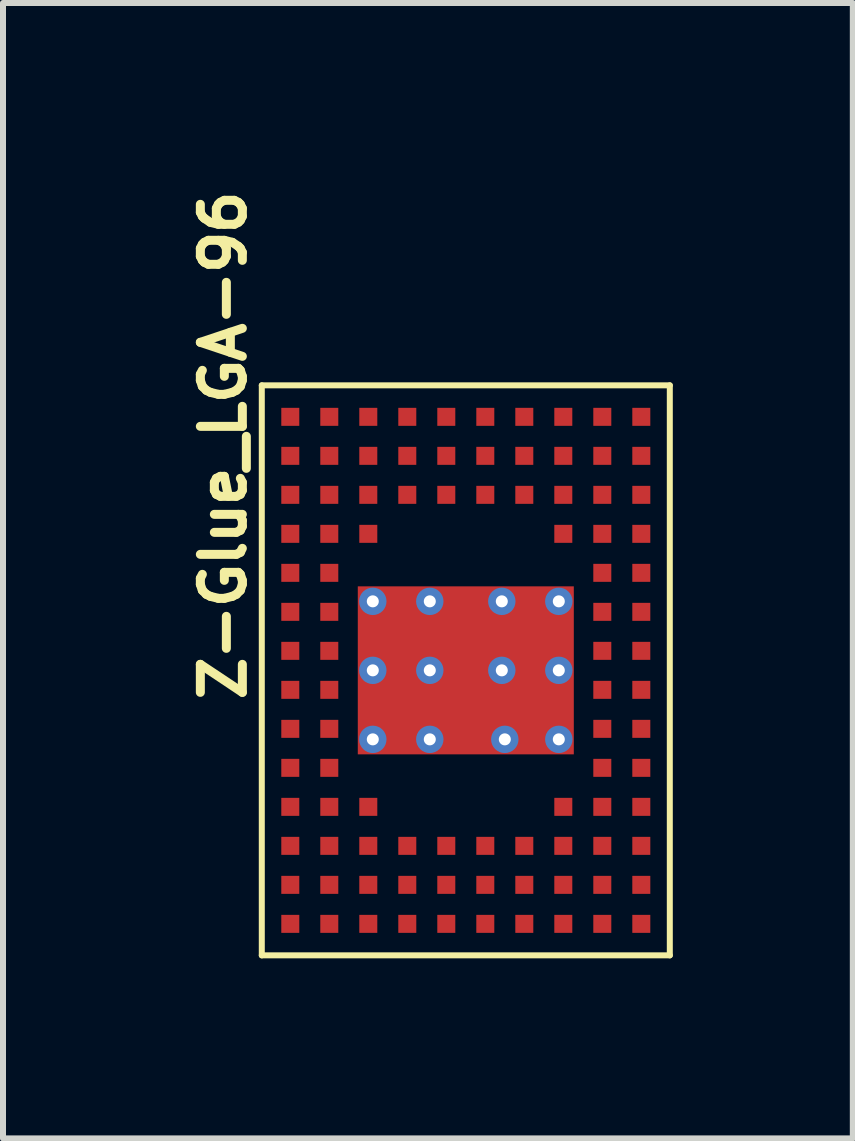
<source format=kicad_pcb>
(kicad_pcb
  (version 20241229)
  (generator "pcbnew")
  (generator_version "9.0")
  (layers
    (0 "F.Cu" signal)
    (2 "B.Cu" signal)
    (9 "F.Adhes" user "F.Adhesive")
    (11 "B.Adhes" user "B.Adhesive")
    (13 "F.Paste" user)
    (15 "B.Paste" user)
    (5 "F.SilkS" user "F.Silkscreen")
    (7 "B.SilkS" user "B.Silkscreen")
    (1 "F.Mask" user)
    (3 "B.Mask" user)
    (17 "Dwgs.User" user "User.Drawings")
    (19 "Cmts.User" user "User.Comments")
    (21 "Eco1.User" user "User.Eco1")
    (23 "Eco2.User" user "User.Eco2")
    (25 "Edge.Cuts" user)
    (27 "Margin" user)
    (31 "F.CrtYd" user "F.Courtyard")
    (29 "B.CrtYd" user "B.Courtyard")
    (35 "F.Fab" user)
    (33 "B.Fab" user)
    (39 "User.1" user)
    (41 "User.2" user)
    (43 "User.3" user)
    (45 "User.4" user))
  (footprint "Z-Glue_LGA-96"
    (layer "F.Cu")
    (at 4.713 8.122)
    (property "Reference" "Z-Glue_LGA-96" (at -4.04 -3.75 90) (layer "F.SilkS") (effects (font (size 0.7 0.7) (thickness 0.15))))
    (attr through_hole)
    (fp_line (start -3.4 -4.75) (end -3.4 4.75) (stroke (width 0.1) (type solid)) (layer "F.SilkS"))
    (fp_line (start -3.4 -4.75) (end 3.4 -4.75) (stroke (width 0.1) (type solid)) (layer "F.SilkS"))
    (fp_line (start -3.4 4.75) (end 3.4 4.75) (stroke (width 0.1) (type solid)) (layer "F.SilkS"))
    (fp_line (start 3.4 -4.75) (end 3.4 4.75) (stroke (width 0.1) (type solid)) (layer "F.SilkS"))
    (pad "" smd roundrect (at -1.2 -0.65) (size 1 1.2) (layers "F.Paste") (roundrect_rratio 0.25))
    (pad "" smd roundrect (at -1.2 0.65) (size 1 1.2) (layers "F.Paste") (roundrect_rratio 0.25))
    (pad "" smd roundrect (at 0 -0.65) (size 1 1.2) (layers "F.Paste") (roundrect_rratio 0.25))
    (pad "" smd roundrect (at 0 0.65) (size 1 1.2) (layers "F.Paste") (roundrect_rratio 0.25))
    (pad "" smd roundrect (at 1.2 -0.65) (size 1 1.2) (layers "F.Paste") (roundrect_rratio 0.25))
    (pad "" smd roundrect (at 1.2 0.65) (size 1 1.2) (layers "F.Paste") (roundrect_rratio 0.25))
    (pad "A1" smd rect (at 2.925 4.225) (size 0.3 0.3) (layers "F.Cu" "F.Mask" "F.Paste"))
    (pad "A2" smd rect (at 2.275 4.225) (size 0.3 0.3) (layers "F.Cu" "F.Mask" "F.Paste"))
    (pad "A3" smd rect (at 1.625 4.225) (size 0.3 0.3) (layers "F.Cu" "F.Mask" "F.Paste"))
    (pad "A4" smd rect (at 0.975 4.225) (size 0.3 0.3) (layers "F.Cu" "F.Mask" "F.Paste"))
    (pad "A5" smd rect (at 0.325 4.225) (size 0.3 0.3) (layers "F.Cu" "F.Mask" "F.Paste"))
    (pad "A6" smd rect (at -0.325 4.225) (size 0.3 0.3) (layers "F.Cu" "F.Mask" "F.Paste"))
    (pad "A7" smd rect (at -0.975 4.225) (size 0.3 0.3) (layers "F.Cu" "F.Mask" "F.Paste"))
    (pad "A8" smd rect (at -1.625 4.225) (size 0.3 0.3) (layers "F.Cu" "F.Mask" "F.Paste"))
    (pad "A9" smd rect (at -2.275 4.225) (size 0.3 0.3) (layers "F.Cu" "F.Mask" "F.Paste"))
    (pad "A10" smd rect (at -2.925 4.225) (size 0.3 0.3) (layers "F.Cu" "F.Mask" "F.Paste"))
    (pad "B1" smd rect (at 2.925 3.575) (size 0.3 0.3) (layers "F.Cu" "F.Mask" "F.Paste"))
    (pad "B2" smd rect (at 2.275 3.575) (size 0.3 0.3) (layers "F.Cu" "F.Mask" "F.Paste"))
    (pad "B3" smd rect (at 1.625 3.575) (size 0.3 0.3) (layers "F.Cu" "F.Mask" "F.Paste"))
    (pad "B4" smd rect (at 0.975 3.575) (size 0.3 0.3) (layers "F.Cu" "F.Mask" "F.Paste"))
    (pad "B5" smd rect (at 0.325 3.575) (size 0.3 0.3) (layers "F.Cu" "F.Mask" "F.Paste"))
    (pad "B6" smd rect (at -0.325 3.575) (size 0.3 0.3) (layers "F.Cu" "F.Mask" "F.Paste"))
    (pad "B7" smd rect (at -0.975 3.575) (size 0.3 0.3) (layers "F.Cu" "F.Mask" "F.Paste"))
    (pad "B8" smd rect (at -1.625 3.575) (size 0.3 0.3) (layers "F.Cu" "F.Mask" "F.Paste"))
    (pad "B9" smd rect (at -2.275 3.575) (size 0.3 0.3) (layers "F.Cu" "F.Mask" "F.Paste"))
    (pad "B10" smd rect (at -2.925 3.575) (size 0.3 0.3) (layers "F.Cu" "F.Mask" "F.Paste"))
    (pad "C1" smd rect (at 2.925 2.925) (size 0.3 0.3) (layers "F.Cu" "F.Mask" "F.Paste"))
    (pad "C2" smd rect (at 2.275 2.925) (size 0.3 0.3) (layers "F.Cu" "F.Mask" "F.Paste"))
    (pad "C3" smd rect (at 1.625 2.925) (size 0.3 0.3) (layers "F.Cu" "F.Mask" "F.Paste"))
    (pad "C4" smd rect (at 0.975 2.925) (size 0.3 0.3) (layers "F.Cu" "F.Mask" "F.Paste"))
    (pad "C5" smd rect (at 0.325 2.925) (size 0.3 0.3) (layers "F.Cu" "F.Mask" "F.Paste"))
    (pad "C6" smd rect (at -0.325 2.925) (size 0.3 0.3) (layers "F.Cu" "F.Mask" "F.Paste"))
    (pad "C7" smd rect (at -0.975 2.925) (size 0.3 0.3) (layers "F.Cu" "F.Mask" "F.Paste"))
    (pad "C8" smd rect (at -1.625 2.925) (size 0.3 0.3) (layers "F.Cu" "F.Mask" "F.Paste"))
    (pad "C9" smd rect (at -2.275 2.925) (size 0.3 0.3) (layers "F.Cu" "F.Mask" "F.Paste"))
    (pad "C10" smd rect (at -2.925 2.925) (size 0.3 0.3) (layers "F.Cu" "F.Mask" "F.Paste"))
    (pad "D1" smd rect (at 2.925 2.275) (size 0.3 0.3) (layers "F.Cu" "F.Mask" "F.Paste"))
    (pad "D2" smd rect (at 2.275 2.275) (size 0.3 0.3) (layers "F.Cu" "F.Mask" "F.Paste"))
    (pad "D3" smd rect (at 1.625 2.275) (size 0.3 0.3) (layers "F.Cu" "F.Mask" "F.Paste"))
    (pad "D8" smd rect (at -1.625 2.275) (size 0.3 0.3) (layers "F.Cu" "F.Mask" "F.Paste"))
    (pad "D9" smd rect (at -2.275 2.275) (size 0.3 0.3) (layers "F.Cu" "F.Mask" "F.Paste"))
    (pad "D10" smd rect (at -2.925 2.275) (size 0.3 0.3) (layers "F.Cu" "F.Mask" "F.Paste"))
    (pad "E1" smd rect (at 2.925 1.625) (size 0.3 0.3) (layers "F.Cu" "F.Mask" "F.Paste"))
    (pad "E2" smd rect (at 2.275 1.625) (size 0.3 0.3) (layers "F.Cu" "F.Mask" "F.Paste"))
    (pad "E9" smd rect (at -2.275 1.625) (size 0.3 0.3) (layers "F.Cu" "F.Mask" "F.Paste"))
    (pad "E10" smd rect (at -2.925 1.625) (size 0.3 0.3) (layers "F.Cu" "F.Mask" "F.Paste"))
    (pad "EP" thru_hole circle (at -1.55 -1.15) (size 0.457 0.457) (drill 0.2) (layers "*.Cu" "*.Mask"))
    (pad "EP" thru_hole circle (at -1.55 0) (size 0.457 0.457) (drill 0.2) (layers "*.Cu" "*.Mask"))
    (pad "EP" thru_hole circle (at -1.55 1.15) (size 0.457 0.457) (drill 0.2) (layers "*.Cu" "*.Mask"))
    (pad "EP" thru_hole circle (at -0.6 -1.15) (size 0.457 0.457) (drill 0.2) (layers "*.Cu" "*.Mask"))
    (pad "EP" thru_hole circle (at -0.6 0) (size 0.457 0.457) (drill 0.2) (layers "*.Cu" "*.Mask"))
    (pad "EP" thru_hole circle (at -0.6 1.15) (size 0.457 0.457) (drill 0.2) (layers "*.Cu" "*.Mask"))
    (pad "EP" smd rect (at 0 0) (size 3.6 2.8) (layers "F.Cu" "F.Mask"))
    (pad "EP" thru_hole circle (at 0.6 -1.15) (size 0.457 0.457) (drill 0.2) (layers "*.Cu" "*.Mask"))
    (pad "EP" thru_hole circle (at 0.6 0) (size 0.457 0.457) (drill 0.2) (layers "*.Cu" "*.Mask"))
    (pad "EP" thru_hole circle (at 0.65 1.15) (size 0.457 0.457) (drill 0.2) (layers "*.Cu" "*.Mask"))
    (pad "EP" thru_hole circle (at 1.55 -1.15) (size 0.457 0.457) (drill 0.2) (layers "*.Cu" "*.Mask"))
    (pad "EP" thru_hole circle (at 1.55 0) (size 0.457 0.457) (drill 0.2) (layers "*.Cu" "*.Mask"))
    (pad "EP" thru_hole circle (at 1.55 1.15) (size 0.457 0.457) (drill 0.2) (layers "*.Cu" "*.Mask"))
    (pad "F1" smd rect (at 2.925 0.975) (size 0.3 0.3) (layers "F.Cu" "F.Mask" "F.Paste"))
    (pad "F2" smd rect (at 2.275 0.975) (size 0.3 0.3) (layers "F.Cu" "F.Mask" "F.Paste"))
    (pad "F9" smd rect (at -2.275 0.975) (size 0.3 0.3) (layers "F.Cu" "F.Mask" "F.Paste"))
    (pad "F10" smd rect (at -2.925 0.975) (size 0.3 0.3) (layers "F.Cu" "F.Mask" "F.Paste"))
    (pad "G1" smd rect (at 2.925 0.325) (size 0.3 0.3) (layers "F.Cu" "F.Mask" "F.Paste"))
    (pad "G2" smd rect (at 2.275 0.325) (size 0.3 0.3) (layers "F.Cu" "F.Mask" "F.Paste"))
    (pad "G9" smd rect (at -2.275 0.325) (size 0.3 0.3) (layers "F.Cu" "F.Mask" "F.Paste"))
    (pad "G10" smd rect (at -2.925 0.325) (size 0.3 0.3) (layers "F.Cu" "F.Mask" "F.Paste"))
    (pad "H1" smd rect (at 2.925 -0.325) (size 0.3 0.3) (layers "F.Cu" "F.Mask" "F.Paste"))
    (pad "H2" smd rect (at 2.275 -0.325) (size 0.3 0.3) (layers "F.Cu" "F.Mask" "F.Paste"))
    (pad "H9" smd rect (at -2.275 -0.325) (size 0.3 0.3) (layers "F.Cu" "F.Mask" "F.Paste"))
    (pad "H10" smd rect (at -2.925 -0.325) (size 0.3 0.3) (layers "F.Cu" "F.Mask" "F.Paste"))
    (pad "J1" smd rect (at 2.925 -0.975) (size 0.3 0.3) (layers "F.Cu" "F.Mask" "F.Paste"))
    (pad "J2" smd rect (at 2.275 -0.975) (size 0.3 0.3) (layers "F.Cu" "F.Mask" "F.Paste"))
    (pad "J9" smd rect (at -2.275 -0.975) (size 0.3 0.3) (layers "F.Cu" "F.Mask" "F.Paste"))
    (pad "J10" smd rect (at -2.925 -0.975) (size 0.3 0.3) (layers "F.Cu" "F.Mask" "F.Paste"))
    (pad "K1" smd rect (at 2.925 -1.625 90) (size 0.3 0.3) (layers "F.Cu" "F.Mask" "F.Paste"))
    (pad "K2" smd rect (at 2.275 -1.625) (size 0.3 0.3) (layers "F.Cu" "F.Mask" "F.Paste"))
    (pad "K9" smd rect (at -2.275 -1.625) (size 0.3 0.3) (layers "F.Cu" "F.Mask" "F.Paste"))
    (pad "K10" smd rect (at -2.925 -1.625) (size 0.3 0.3) (layers "F.Cu" "F.Mask" "F.Paste"))
    (pad "L1" smd rect (at 2.925 -2.275) (size 0.3 0.3) (layers "F.Cu" "F.Mask" "F.Paste"))
    (pad "L2" smd rect (at 2.275 -2.275) (size 0.3 0.3) (layers "F.Cu" "F.Mask" "F.Paste"))
    (pad "L3" smd rect (at 1.625 -2.275) (size 0.3 0.3) (layers "F.Cu" "F.Mask" "F.Paste"))
    (pad "L8" smd rect (at -1.625 -2.275) (size 0.3 0.3) (layers "F.Cu" "F.Mask" "F.Paste"))
    (pad "L9" smd rect (at -2.275 -2.275) (size 0.3 0.3) (layers "F.Cu" "F.Mask" "F.Paste"))
    (pad "L10" smd rect (at -2.925 -2.275) (size 0.3 0.3) (layers "F.Cu" "F.Mask" "F.Paste"))
    (pad "M1" smd rect (at 2.925 -2.925) (size 0.3 0.3) (layers "F.Cu" "F.Mask" "F.Paste"))
    (pad "M2" smd rect (at 2.275 -2.925) (size 0.3 0.3) (layers "F.Cu" "F.Mask" "F.Paste"))
    (pad "M3" smd rect (at 1.625 -2.925) (size 0.3 0.3) (layers "F.Cu" "F.Mask" "F.Paste"))
    (pad "M4" smd rect (at 0.975 -2.925) (size 0.3 0.3) (layers "F.Cu" "F.Mask" "F.Paste"))
    (pad "M5" smd rect (at 0.325 -2.925) (size 0.3 0.3) (layers "F.Cu" "F.Mask" "F.Paste"))
    (pad "M6" smd rect (at -0.325 -2.925) (size 0.3 0.3) (layers "F.Cu" "F.Mask" "F.Paste"))
    (pad "M7" smd rect (at -0.975 -2.925) (size 0.3 0.3) (layers "F.Cu" "F.Mask" "F.Paste"))
    (pad "M8" smd rect (at -1.625 -2.925) (size 0.3 0.3) (layers "F.Cu" "F.Mask" "F.Paste"))
    (pad "M9" smd rect (at -2.275 -2.925) (size 0.3 0.3) (layers "F.Cu" "F.Mask" "F.Paste"))
    (pad "M10" smd rect (at -2.925 -2.925) (size 0.3 0.3) (layers "F.Cu" "F.Mask" "F.Paste"))
    (pad "N1" smd rect (at 2.925 -3.575) (size 0.3 0.3) (layers "F.Cu" "F.Mask" "F.Paste"))
    (pad "N2" smd rect (at 2.275 -3.575) (size 0.3 0.3) (layers "F.Cu" "F.Mask" "F.Paste"))
    (pad "N3" smd rect (at 1.625 -3.575) (size 0.3 0.3) (layers "F.Cu" "F.Mask" "F.Paste"))
    (pad "N4" smd rect (at 0.975 -3.575) (size 0.3 0.3) (layers "F.Cu" "F.Mask" "F.Paste"))
    (pad "N5" smd rect (at 0.325 -3.575) (size 0.3 0.3) (layers "F.Cu" "F.Mask" "F.Paste"))
    (pad "N6" smd rect (at -0.325 -3.575) (size 0.3 0.3) (layers "F.Cu" "F.Mask" "F.Paste"))
    (pad "N7" smd rect (at -0.975 -3.575) (size 0.3 0.3) (layers "F.Cu" "F.Mask" "F.Paste"))
    (pad "N8" smd rect (at -1.625 -3.575) (size 0.3 0.3) (layers "F.Cu" "F.Mask" "F.Paste"))
    (pad "N9" smd rect (at -2.275 -3.575) (size 0.3 0.3) (layers "F.Cu" "F.Mask" "F.Paste"))
    (pad "N10" smd rect (at -2.925 -3.575) (size 0.3 0.3) (layers "F.Cu" "F.Mask" "F.Paste"))
    (pad "P1" smd rect (at 2.925 -4.225) (size 0.3 0.3) (layers "F.Cu" "F.Mask" "F.Paste"))
    (pad "P2" smd rect (at 2.275 -4.225) (size 0.3 0.3) (layers "F.Cu" "F.Mask" "F.Paste"))
    (pad "P3" smd rect (at 1.625 -4.225) (size 0.3 0.3) (layers "F.Cu" "F.Mask" "F.Paste"))
    (pad "P4" smd rect (at 0.975 -4.225) (size 0.3 0.3) (layers "F.Cu" "F.Mask" "F.Paste"))
    (pad "P5" smd rect (at 0.325 -4.225) (size 0.3 0.3) (layers "F.Cu" "F.Mask" "F.Paste"))
    (pad "P6" smd rect (at -0.325 -4.225 90) (size 0.3 0.3) (layers "F.Cu" "F.Mask" "F.Paste"))
    (pad "P7" smd rect (at -0.975 -4.225) (size 0.3 0.3) (layers "F.Cu" "F.Mask" "F.Paste"))
    (pad "P8" smd rect (at -1.625 -4.225) (size 0.3 0.3) (layers "F.Cu" "F.Mask" "F.Paste"))
    (pad "P9" smd rect (at -2.275 -4.225) (size 0.3 0.3) (layers "F.Cu" "F.Mask" "F.Paste"))
    (pad "P10" smd rect (at -2.925 -4.225) (size 0.3 0.3) (layers "F.Cu" "F.Mask" "F.Paste")))
  (gr_rect
    (start -3 -3)
    (end 11.163 15.922)
    (stroke (width 0.1) (type default))
    (fill no)
    (layer "Edge.Cuts")))
</source>
